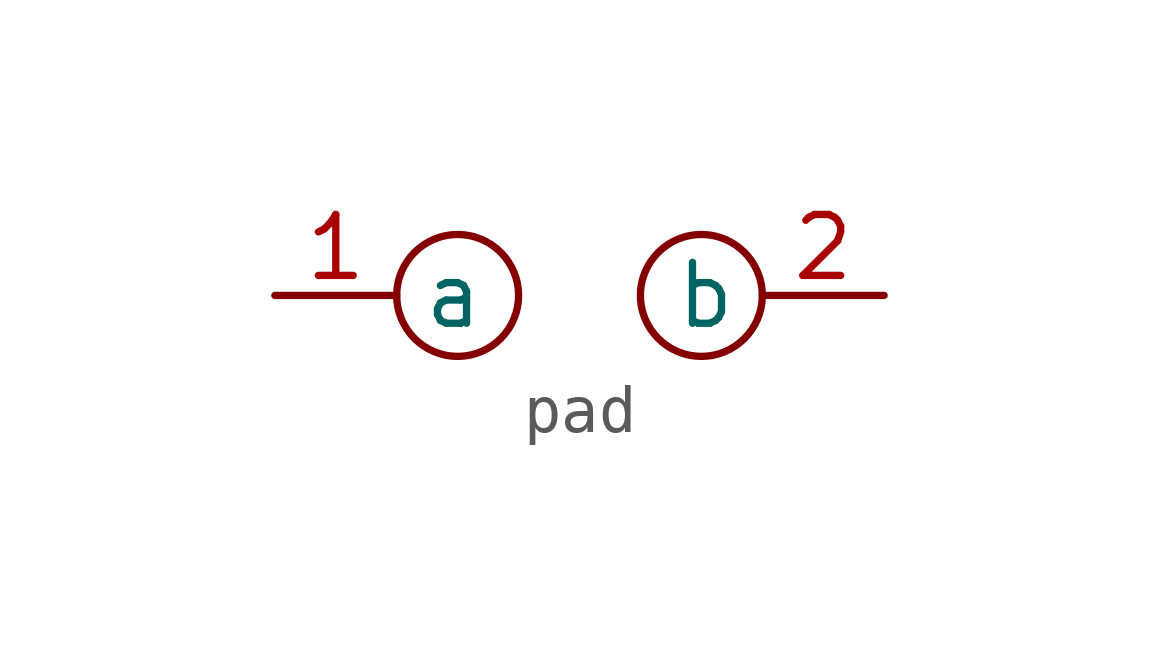
<source format=kicad_sym>
(kicad_symbol_lib
  (version 20220914)
  (generator kicad_symbol_editor)
  (symbol "pad"
    (property "Reference" "P"
      (at 0 2.54 0)
      (effects (font (size 1.27 1.27)) hide))
    (symbol "pad_0_1"
      (circle (center -2.54 0) (radius 1.27) (stroke (width 0) (type default)) (fill (type none)))
      (circle (center 2.54 0) (radius 1.27) (stroke (width 0) (type default)) (fill (type none))))
    (symbol "pad_1_1"
      (pin passive line (at -6.35 0 0) (length 2.54) (name "a" (effects (font (size 1.27 1.27)))) (number "1" (effects (font (size 1.27 1.27)))))
      (pin passive line (at 6.35 0 180) (length 2.54) (name "b" (effects (font (size 1.27 1.27)))) (number "2" (effects (font (size 1.27 1.27))))))))
</source>
